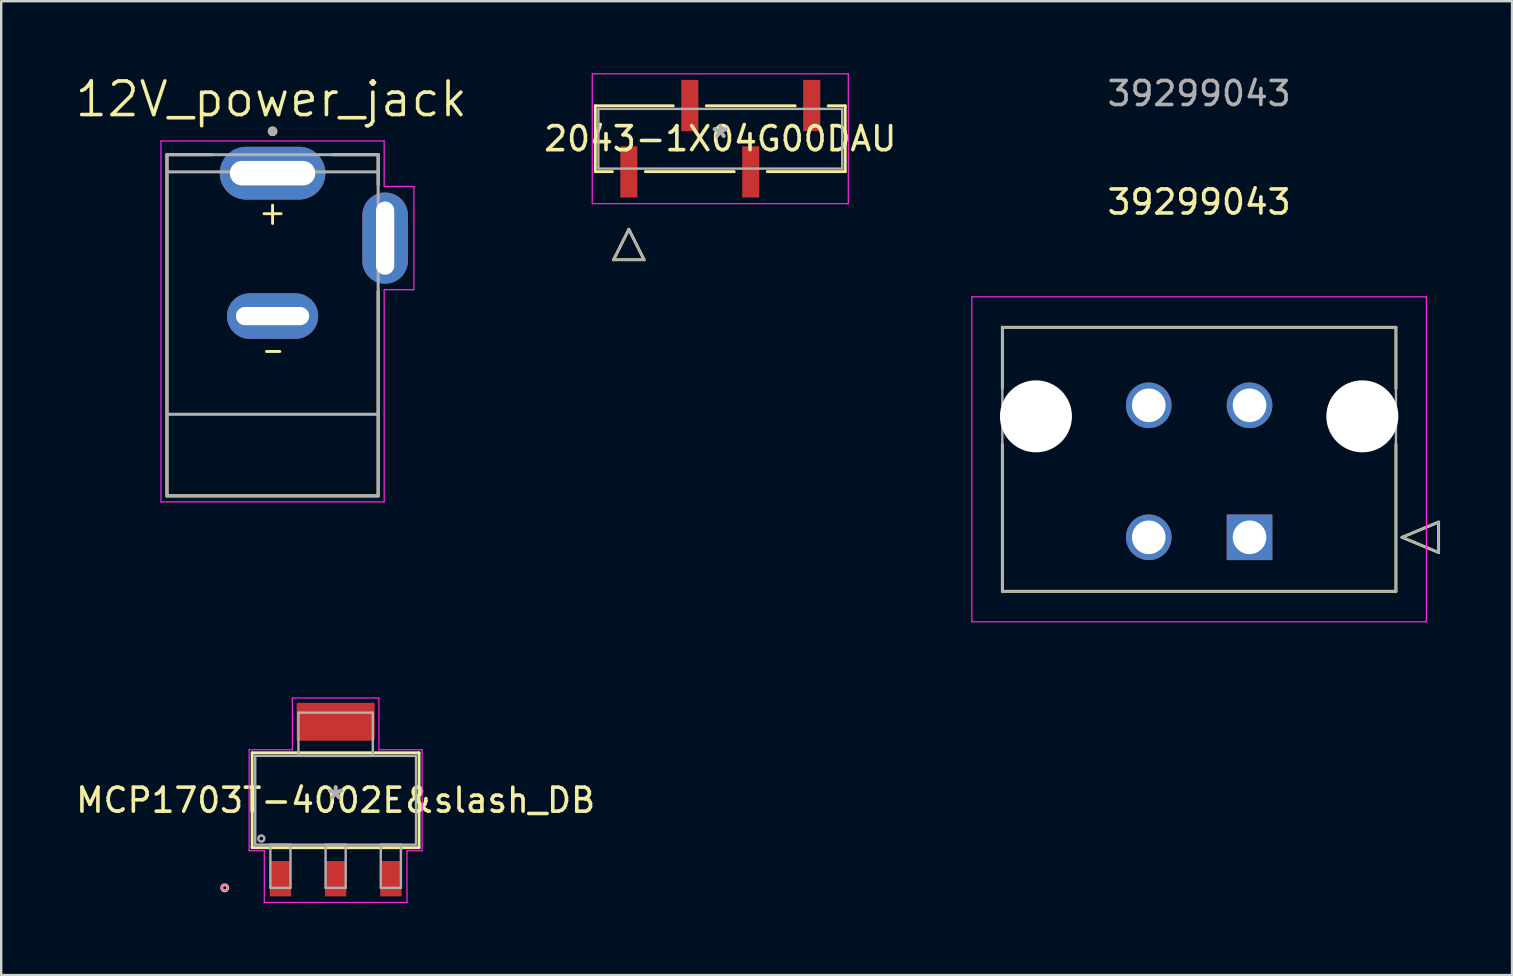
<source format=kicad_pcb>
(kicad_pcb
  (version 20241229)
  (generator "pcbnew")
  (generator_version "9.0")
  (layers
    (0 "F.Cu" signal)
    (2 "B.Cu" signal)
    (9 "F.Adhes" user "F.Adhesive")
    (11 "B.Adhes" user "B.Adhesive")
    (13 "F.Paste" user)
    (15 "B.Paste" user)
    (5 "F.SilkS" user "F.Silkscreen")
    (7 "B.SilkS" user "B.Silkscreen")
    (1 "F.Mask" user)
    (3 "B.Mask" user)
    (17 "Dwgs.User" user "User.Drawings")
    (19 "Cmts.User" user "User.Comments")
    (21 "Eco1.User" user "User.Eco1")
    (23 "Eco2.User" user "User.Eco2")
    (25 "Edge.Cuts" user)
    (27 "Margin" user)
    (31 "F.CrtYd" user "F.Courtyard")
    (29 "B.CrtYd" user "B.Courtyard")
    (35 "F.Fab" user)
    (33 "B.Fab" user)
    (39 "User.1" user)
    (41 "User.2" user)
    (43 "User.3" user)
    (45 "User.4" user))
  (footprint "MCP1703T-4002E&slash_DB"
    (layer "F.Cu")
    (at 10.935 30.294)
    (property "Reference" "MCP1703T-4002E&slash_DB" (at 0 0 0) (layer "F.SilkS") (effects (font (size 1 1) (thickness 0.15))))
    (attr through_hole)
    (fp_poly (pts (xy 1.575 -4.006) (xy -1.575 -4.006) (xy -1.575 -2.532) (xy 1.575 -2.532)) (stroke (width 0.1) (type solid)) (fill yes) (layer "F.Cu"))
    (fp_poly (pts (xy 1.6 -4.361) (xy -1.6 -4.361) (xy -1.6 -2.177) (xy 1.6 -2.177)) (stroke (width 0.1) (type solid)) (fill yes) (layer "F.Mask"))
    (fp_line (start -3.477 -1.977) (end -3.477 1.977) (stroke (width 0.12) (type solid)) (layer "F.SilkS"))
    (fp_line (start -3.477 1.977) (end 3.477 1.977) (stroke (width 0.12) (type solid)) (layer "F.SilkS"))
    (fp_line (start 3.477 -1.977) (end -3.477 -1.977) (stroke (width 0.12) (type solid)) (layer "F.SilkS"))
    (fp_line (start 3.477 1.977) (end 3.477 -1.977) (stroke (width 0.12) (type solid)) (layer "F.SilkS"))
    (fp_circle (center -4.62 3.65) (end -4.493 3.65) (stroke (width 0.12) (type solid)) (fill no) (layer "F.SilkS"))
    (fp_poly (pts (xy 1.575 -4.006) (xy -1.575 -4.006) (xy -1.575 -2.532) (xy 1.575 -2.532)) (stroke (width 0.1) (type solid)) (fill yes) (layer "F.Paste"))
    (fp_line (start -3.604 -2.104) (end -1.803 -2.104) (stroke (width 0.05) (type solid)) (layer "F.CrtYd"))
    (fp_line (start -3.604 2.104) (end -3.604 -2.104) (stroke (width 0.05) (type solid)) (layer "F.CrtYd"))
    (fp_line (start -2.973 2.104) (end -3.604 2.104) (stroke (width 0.05) (type solid)) (layer "F.CrtYd"))
    (fp_line (start -2.973 4.26) (end -2.973 2.104) (stroke (width 0.05) (type solid)) (layer "F.CrtYd"))
    (fp_line (start -1.803 -4.26) (end 1.803 -4.26) (stroke (width 0.05) (type solid)) (layer "F.CrtYd"))
    (fp_line (start -1.803 -2.104) (end -1.803 -4.26) (stroke (width 0.05) (type solid)) (layer "F.CrtYd"))
    (fp_line (start 1.803 -4.26) (end 1.803 -2.104) (stroke (width 0.05) (type solid)) (layer "F.CrtYd"))
    (fp_line (start 1.803 -2.104) (end 3.604 -2.104) (stroke (width 0.05) (type solid)) (layer "F.CrtYd"))
    (fp_line (start 2.973 2.104) (end 2.973 4.26) (stroke (width 0.05) (type solid)) (layer "F.CrtYd"))
    (fp_line (start 2.973 4.26) (end -2.973 4.26) (stroke (width 0.05) (type solid)) (layer "F.CrtYd"))
    (fp_line (start 3.604 -2.104) (end 3.604 2.104) (stroke (width 0.05) (type solid)) (layer "F.CrtYd"))
    (fp_line (start 3.604 2.104) (end 2.973 2.104) (stroke (width 0.05) (type solid)) (layer "F.CrtYd"))
    (fp_circle (center -4.62 3.65) (end -4.493 3.65) (stroke (width 0.05) (type solid)) (fill no) (layer "F.CrtYd"))
    (fp_line (start -3.35 -1.85) (end -3.35 1.85) (stroke (width 0.1) (type solid)) (layer "F.Fab"))
    (fp_line (start -3.35 1.85) (end 3.35 1.85) (stroke (width 0.1) (type solid)) (layer "F.Fab"))
    (fp_line (start -2.719 1.85) (end -2.719 3.65) (stroke (width 0.1) (type solid)) (layer "F.Fab"))
    (fp_line (start -2.719 3.65) (end -1.881 3.65) (stroke (width 0.1) (type solid)) (layer "F.Fab"))
    (fp_line (start -1.881 1.85) (end -2.719 1.85) (stroke (width 0.1) (type solid)) (layer "F.Fab"))
    (fp_line (start -1.881 3.65) (end -1.881 1.85) (stroke (width 0.1) (type solid)) (layer "F.Fab"))
    (fp_line (start -1.549 -3.65) (end -1.549 -1.85) (stroke (width 0.1) (type solid)) (layer "F.Fab"))
    (fp_line (start -1.549 -1.85) (end 1.549 -1.85) (stroke (width 0.1) (type solid)) (layer "F.Fab"))
    (fp_line (start -0.419 1.85) (end -0.419 3.65) (stroke (width 0.1) (type solid)) (layer "F.Fab"))
    (fp_line (start -0.419 3.65) (end 0.419 3.65) (stroke (width 0.1) (type solid)) (layer "F.Fab"))
    (fp_line (start 0.419 1.85) (end -0.419 1.85) (stroke (width 0.1) (type solid)) (layer "F.Fab"))
    (fp_line (start 0.419 3.65) (end 0.419 1.85) (stroke (width 0.1) (type solid)) (layer "F.Fab"))
    (fp_line (start 1.549 -3.65) (end -1.549 -3.65) (stroke (width 0.1) (type solid)) (layer "F.Fab"))
    (fp_line (start 1.549 -1.85) (end 1.549 -3.65) (stroke (width 0.1) (type solid)) (layer "F.Fab"))
    (fp_line (start 1.881 1.85) (end 1.881 3.65) (stroke (width 0.1) (type solid)) (layer "F.Fab"))
    (fp_line (start 1.881 3.65) (end 2.719 3.65) (stroke (width 0.1) (type solid)) (layer "F.Fab"))
    (fp_line (start 2.719 1.85) (end 1.881 1.85) (stroke (width 0.1) (type solid)) (layer "F.Fab"))
    (fp_line (start 2.719 3.65) (end 2.719 1.85) (stroke (width 0.1) (type solid)) (layer "F.Fab"))
    (fp_line (start 3.35 -1.85) (end -3.35 -1.85) (stroke (width 0.1) (type solid)) (layer "F.Fab"))
    (fp_line (start 3.35 1.85) (end 3.35 -1.85) (stroke (width 0.1) (type solid)) (layer "F.Fab"))
    (fp_circle (center -3.096 1.596) (end -2.969 1.596) (stroke (width 0.1) (type solid)) (fill no) (layer "F.Fab"))
    (fp_text user "*" (at 0 0 0) (layer "F.SilkS") (effects (font (size 1 1) (thickness 0.15))))
    (fp_text user "Copyright 2021 Accelerated Designs. All rights reserved." (at 0 0 0) (layer "Cmts.User") (effects (font (size 0.127 0.127) (thickness 0.002))))
    (fp_text user "*" (at 0 0 0) (layer "F.Fab") (effects (font (size 1 1) (thickness 0.15))))
    (pad "1" smd rect (at -2.3 3.269) (size 0.889 1.473) (layers "F.Cu" "F.Mask" "F.Paste"))
    (pad "2" smd rect (at 0 3.269) (size 0.889 1.473) (layers "F.Cu" "F.Mask" "F.Paste"))
    (pad "3" smd rect (at 2.3 3.269) (size 0.889 1.473) (layers "F.Cu" "F.Mask" "F.Paste")))
  (footprint "2043-1X04G00DAU"
    (layer "F.Cu")
    (at 26.962 2.73)
    (property "Reference" "2043-1X04G00DAU" (at 0 0 0) (layer "F.SilkS") (effects (font (size 1 1) (thickness 0.15))))
    (attr through_hole)
    (fp_line (start -5.207 -1.372) (end -5.207 1.372) (stroke (width 0.12) (type solid)) (layer "F.SilkS"))
    (fp_line (start -5.207 1.372) (end -4.498 1.372) (stroke (width 0.12) (type solid)) (layer "F.SilkS"))
    (fp_line (start -4.445 5.044) (end -3.175 5.044) (stroke (width 0.12) (type solid)) (layer "F.SilkS"))
    (fp_line (start -3.81 3.774) (end -4.445 5.044) (stroke (width 0.12) (type solid)) (layer "F.SilkS"))
    (fp_line (start -3.175 5.044) (end -3.81 3.774) (stroke (width 0.12) (type solid)) (layer "F.SilkS"))
    (fp_line (start -3.122 1.372) (end 0.582 1.372) (stroke (width 0.12) (type solid)) (layer "F.SilkS"))
    (fp_line (start -1.958 -1.372) (end -5.207 -1.372) (stroke (width 0.12) (type solid)) (layer "F.SilkS"))
    (fp_line (start 1.958 1.372) (end 5.207 1.372) (stroke (width 0.12) (type solid)) (layer "F.SilkS"))
    (fp_line (start 3.122 -1.372) (end -0.582 -1.372) (stroke (width 0.12) (type solid)) (layer "F.SilkS"))
    (fp_line (start 5.207 -1.372) (end 4.498 -1.372) (stroke (width 0.12) (type solid)) (layer "F.SilkS"))
    (fp_line (start 5.207 1.372) (end 5.207 -1.372) (stroke (width 0.12) (type solid)) (layer "F.SilkS"))
    (fp_line (start -5.334 -2.705) (end -5.334 2.705) (stroke (width 0.05) (type solid)) (layer "F.CrtYd"))
    (fp_line (start -5.334 2.705) (end 5.334 2.705) (stroke (width 0.05) (type solid)) (layer "F.CrtYd"))
    (fp_line (start 5.334 -2.705) (end -5.334 -2.705) (stroke (width 0.05) (type solid)) (layer "F.CrtYd"))
    (fp_line (start 5.334 2.705) (end 5.334 -2.705) (stroke (width 0.05) (type solid)) (layer "F.CrtYd"))
    (fp_line (start -5.08 -1.245) (end -5.08 1.245) (stroke (width 0.1) (type solid)) (layer "F.Fab"))
    (fp_line (start -5.08 1.245) (end 5.08 1.245) (stroke (width 0.1) (type solid)) (layer "F.Fab"))
    (fp_line (start -4.445 5.044) (end -3.175 5.044) (stroke (width 0.1) (type solid)) (layer "F.Fab"))
    (fp_line (start -3.81 3.774) (end -4.445 5.044) (stroke (width 0.1) (type solid)) (layer "F.Fab"))
    (fp_line (start -3.175 5.044) (end -3.81 3.774) (stroke (width 0.1) (type solid)) (layer "F.Fab"))
    (fp_line (start 5.08 -1.245) (end -5.08 -1.245) (stroke (width 0.1) (type solid)) (layer "F.Fab"))
    (fp_line (start 5.08 1.245) (end 5.08 -1.245) (stroke (width 0.1) (type solid)) (layer "F.Fab"))
    (fp_text user "*" (at 0 0 0) (layer "F.SilkS") (effects (font (size 1 1) (thickness 0.15))))
    (fp_text user "Copyright 2021 Accelerated Designs. All rights reserved." (at 0 0 0) (layer "Cmts.User") (effects (font (size 0.127 0.127) (thickness 0.002))))
    (fp_text user "*" (at 0 0 0) (layer "F.Fab") (effects (font (size 1 1) (thickness 0.15))))
    (pad "1" smd rect (at -3.81 1.384) (size 0.711 2.134) (layers "F.Cu" "F.Mask" "F.Paste"))
    (pad "2" smd rect (at -1.27 -1.384) (size 0.711 2.134) (layers "F.Cu" "F.Mask" "F.Paste"))
    (pad "3" smd rect (at 1.27 1.384) (size 0.711 2.134) (layers "F.Cu" "F.Mask" "F.Paste"))
    (pad "4" smd rect (at 3.81 -1.384) (size 0.711 2.134) (layers "F.Cu" "F.Mask" "F.Paste")))
  (footprint "12V_power_jack"
    (layer "F.Cu")
    (at 8.307 6.871)
    (property "Reference" "12V_power_jack" (at -0.055 -5.789 0) (layer "F.SilkS") (effects (font (size 1.4 1.4) (thickness 0.15))))
    (attr through_hole)
    (fp_line (start -4.4 -3.475) (end -4.4 10.74) (stroke (width 0.127) (type solid)) (layer "F.SilkS"))
    (fp_line (start -4.4 10.74) (end 4.4 10.74) (stroke (width 0.127) (type solid)) (layer "F.SilkS"))
    (fp_line (start -2.52 -3.475) (end -4.4 -3.475) (stroke (width 0.127) (type solid)) (layer "F.SilkS"))
    (fp_line (start -0.356 -1.016) (end 0.356 -1.016) (stroke (width 0.12) (type solid)) (layer "F.SilkS"))
    (fp_line (start -0.254 4.724) (end 0.305 4.724) (stroke (width 0.12) (type solid)) (layer "F.SilkS"))
    (fp_line (start 0 -1.372) (end 0 -0.61) (stroke (width 0.12) (type solid)) (layer "F.SilkS"))
    (fp_line (start 2.52 -3.475) (end 4.4 -3.475) (stroke (width 0.127) (type solid)) (layer "F.SilkS"))
    (fp_line (start 4.4 -3.475) (end 4.4 -2.22) (stroke (width 0.127) (type solid)) (layer "F.SilkS"))
    (fp_line (start 4.4 10.74) (end 4.4 2.22) (stroke (width 0.127) (type solid)) (layer "F.SilkS"))
    (fp_circle (center 0 -4.45) (end 0.1 -4.45) (stroke (width 0.2) (type solid)) (fill no) (layer "F.SilkS"))
    (fp_line (start -4.65 -4.05) (end -4.65 10.99) (stroke (width 0.05) (type solid)) (layer "F.CrtYd"))
    (fp_line (start -4.65 10.99) (end 4.65 10.99) (stroke (width 0.05) (type solid)) (layer "F.CrtYd"))
    (fp_line (start 4.65 -4.05) (end -4.65 -4.05) (stroke (width 0.05) (type solid)) (layer "F.CrtYd"))
    (fp_line (start 4.65 -4.05) (end 4.65 -2.15) (stroke (width 0.05) (type solid)) (layer "F.CrtYd"))
    (fp_line (start 4.65 -2.15) (end 5.89 -2.15) (stroke (width 0.05) (type solid)) (layer "F.CrtYd"))
    (fp_line (start 4.65 2.15) (end 4.65 10.99) (stroke (width 0.05) (type solid)) (layer "F.CrtYd"))
    (fp_line (start 5.89 -2.15) (end 5.89 2.15) (stroke (width 0.05) (type solid)) (layer "F.CrtYd"))
    (fp_line (start 5.89 2.15) (end 4.65 2.15) (stroke (width 0.05) (type solid)) (layer "F.CrtYd"))
    (fp_line (start -4.4 -3.475) (end -4.4 -2.76) (stroke (width 0.127) (type solid)) (layer "F.Fab"))
    (fp_line (start -4.4 -2.76) (end -4.4 7.34) (stroke (width 0.127) (type solid)) (layer "F.Fab"))
    (fp_line (start -4.4 -2.76) (end 4.4 -2.76) (stroke (width 0.127) (type solid)) (layer "F.Fab"))
    (fp_line (start -4.4 7.34) (end -4.4 10.74) (stroke (width 0.127) (type solid)) (layer "F.Fab"))
    (fp_line (start -4.4 7.34) (end 4.4 7.34) (stroke (width 0.127) (type solid)) (layer "F.Fab"))
    (fp_line (start -4.4 10.74) (end 4.4 10.74) (stroke (width 0.127) (type solid)) (layer "F.Fab"))
    (fp_line (start 4.4 -3.475) (end -4.4 -3.475) (stroke (width 0.127) (type solid)) (layer "F.Fab"))
    (fp_line (start 4.4 -2.76) (end 4.4 -3.475) (stroke (width 0.127) (type solid)) (layer "F.Fab"))
    (fp_line (start 4.4 7.34) (end 4.4 -2.76) (stroke (width 0.127) (type solid)) (layer "F.Fab"))
    (fp_line (start 4.4 10.74) (end 4.4 7.34) (stroke (width 0.127) (type solid)) (layer "F.Fab"))
    (fp_circle (center 0 -4.45) (end 0.1 -4.45) (stroke (width 0.2) (type solid)) (fill no) (layer "F.Fab"))
    (pad "1" thru_hole oval (at 0 -2.705) (size 4.4 2.2) (drill oval 3.56 1.02) (layers "*.Cu" "*.Mask"))
    (pad "2" thru_hole oval (at 0 3.25) (size 3.8 1.9) (drill oval 3.05 0.76) (layers "*.Cu" "*.Mask"))
    (pad "3" thru_hole oval (at 4.69 0) (size 1.9 3.8) (drill oval 0.76 3.05) (layers "*.Cu" "*.Mask")))
  (footprint "39299043"
    (layer "F.Cu")
    (at 49.015 19.338)
    (property "Reference" "39299043" (at -2.1 -13.97 0) (layer "F.SilkS") (effects (font (size 1 1) (thickness 0.15))))
    (attr through_hole)
    (fp_line (start -10.3 -8.75) (end -10.3 -6.203) (stroke (width 0.12) (type solid)) (layer "F.SilkS"))
    (fp_line (start -10.3 -3.877) (end -10.3 2.25) (stroke (width 0.12) (type solid)) (layer "F.SilkS"))
    (fp_line (start -10.3 2.25) (end 6.1 2.25) (stroke (width 0.12) (type solid)) (layer "F.SilkS"))
    (fp_line (start 6.1 -8.75) (end -10.3 -8.75) (stroke (width 0.12) (type solid)) (layer "F.SilkS"))
    (fp_line (start 6.1 -6.203) (end 6.1 -8.75) (stroke (width 0.12) (type solid)) (layer "F.SilkS"))
    (fp_line (start 6.1 2.25) (end 6.1 -3.877) (stroke (width 0.12) (type solid)) (layer "F.SilkS"))
    (fp_line (start 6.354 0) (end 7.878 -0.635) (stroke (width 0.12) (type solid)) (layer "F.SilkS"))
    (fp_line (start 7.878 -0.635) (end 7.878 0.635) (stroke (width 0.12) (type solid)) (layer "F.SilkS"))
    (fp_line (start 7.878 0.635) (end 6.354 0) (stroke (width 0.12) (type solid)) (layer "F.SilkS"))
    (fp_line (start -11.57 -10.02) (end -11.57 3.52) (stroke (width 0.05) (type solid)) (layer "F.CrtYd"))
    (fp_line (start -11.57 3.52) (end 7.37 3.52) (stroke (width 0.05) (type solid)) (layer "F.CrtYd"))
    (fp_line (start 7.37 -10.02) (end -11.57 -10.02) (stroke (width 0.05) (type solid)) (layer "F.CrtYd"))
    (fp_line (start 7.37 3.52) (end 7.37 -10.02) (stroke (width 0.05) (type solid)) (layer "F.CrtYd"))
    (fp_line (start -10.3 -8.75) (end -10.3 2.25) (stroke (width 0.1) (type solid)) (layer "F.Fab"))
    (fp_line (start -10.3 2.25) (end 6.1 2.25) (stroke (width 0.1) (type solid)) (layer "F.Fab"))
    (fp_line (start 6.1 -8.75) (end -10.3 -8.75) (stroke (width 0.1) (type solid)) (layer "F.Fab"))
    (fp_line (start 6.1 2.25) (end 6.1 -8.75) (stroke (width 0.1) (type solid)) (layer "F.Fab"))
    (fp_line (start 6.354 0) (end 7.878 -0.635) (stroke (width 0.1) (type solid)) (layer "F.Fab"))
    (fp_line (start 7.878 -0.635) (end 7.878 0.635) (stroke (width 0.1) (type solid)) (layer "F.Fab"))
    (fp_line (start 7.878 0.635) (end 6.354 0) (stroke (width 0.1) (type solid)) (layer "F.Fab"))
    (fp_text user "*" (at 0 0 0) (layer "F.SilkS") (effects (font (size 1 1) (thickness 0.15))))
    (fp_text user "Copyright 2021 Accelerated Designs. All rights reserved." (at 0 0 0) (layer "Cmts.User") (effects (font (size 0.127 0.127) (thickness 0.002))))
    (fp_text user "*" (at 0 0 0) (layer "F.Fab") (effects (font (size 1 1) (thickness 0.15))))
    (fp_text user "39299043" (at -2.1 -18.49 0) (layer "F.Fab") (effects (font (size 1 1) (thickness 0.15))))
    (pad "" np_thru_hole circle (at -8.9 -5.04) (size 3 3) (drill 3) (layers "*.Cu" "*.Mask"))
    (pad "" np_thru_hole circle (at 4.7 -5.04) (size 3 3) (drill 3) (layers "*.Cu" "*.Mask"))
    (pad "1" thru_hole rect (at 0 0) (size 1.9 1.9) (drill 1.4) (layers "*.Cu" "*.Mask"))
    (pad "2" thru_hole circle (at -4.2 0) (size 1.9 1.9) (drill 1.4) (layers "*.Cu" "*.Mask"))
    (pad "3" thru_hole circle (at 0 -5.5) (size 1.9 1.9) (drill 1.4) (layers "*.Cu" "*.Mask"))
    (pad "4" thru_hole circle (at -4.2 -5.5) (size 1.9 1.9) (drill 1.4) (layers "*.Cu" "*.Mask")))
  (gr_rect
    (start -3 -3)
    (end 59.953 37.579)
    (stroke (width 0.1) (type default))
    (fill no)
    (layer "Edge.Cuts")))
</source>
